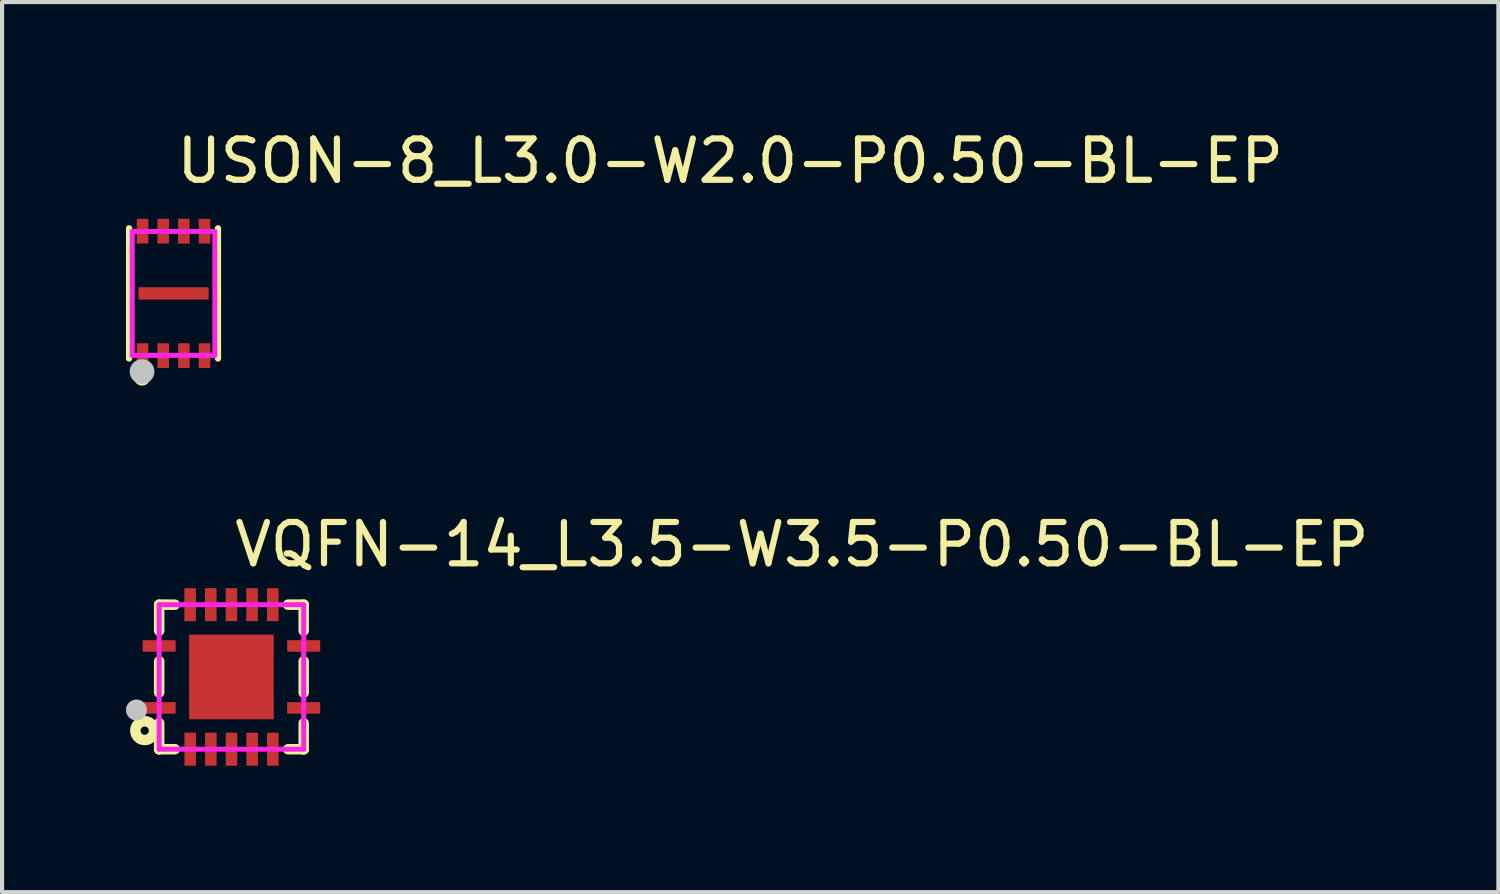
<source format=kicad_pcb>
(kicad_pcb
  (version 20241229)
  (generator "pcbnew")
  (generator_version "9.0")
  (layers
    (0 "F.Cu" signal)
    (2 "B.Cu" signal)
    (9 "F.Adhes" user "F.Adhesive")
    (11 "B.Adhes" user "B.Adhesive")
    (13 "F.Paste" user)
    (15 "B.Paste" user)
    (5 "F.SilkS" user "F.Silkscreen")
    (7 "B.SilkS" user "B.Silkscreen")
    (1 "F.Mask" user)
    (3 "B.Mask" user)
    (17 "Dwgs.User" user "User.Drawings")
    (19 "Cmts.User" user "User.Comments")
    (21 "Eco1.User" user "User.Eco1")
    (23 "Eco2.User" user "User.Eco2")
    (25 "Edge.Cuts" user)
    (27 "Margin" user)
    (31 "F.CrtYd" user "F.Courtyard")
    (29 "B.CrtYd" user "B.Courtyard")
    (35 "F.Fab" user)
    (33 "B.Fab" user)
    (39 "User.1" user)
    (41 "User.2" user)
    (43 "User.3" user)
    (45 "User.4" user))
  (footprint "USON-8_L3.0-W2.0-P0.50-BL-EP"
    (layer "F.Cu")
    (at 1.152 4.055)
    (property "Reference" "USON-8_L3.0-W2.0-P0.50-BL-EP" (at 0 -3.207 0) (layer "F.SilkS") (effects (font (size 1 1) (thickness 0.15)) (justify left)))
    (attr smd)
    (fp_line (start -1.076 -1.576) (end -1.076 1.576) (stroke (width 0.152) (type solid)) (layer "F.SilkS"))
    (fp_line (start 1.076 1.576) (end 1.076 -1.576) (stroke (width 0.152) (type solid)) (layer "F.SilkS"))
    (fp_circle (center -0.762 2.032) (end -0.662 2.032) (stroke (width 0.2) (type solid)) (fill no) (layer "F.SilkS"))
    (fp_circle (center -0.762 1.892) (end -0.612 1.892) (stroke (width 0.3) (type solid)) (fill no) (layer "Dwgs.User"))
    (fp_circle (center -1 1.5) (end -0.97 1.5) (stroke (width 0.06) (type solid)) (fill no) (layer "Eco2.User"))
    (fp_poly (pts (xy -0.875 1.232) (xy -0.625 1.232) (xy -0.625 1.5) (xy -0.875 1.5)) (stroke (width 0.12) (type solid)) (fill no) (layer "Eco2.User"))
    (fp_poly (pts (xy -0.8 -0.1) (xy 0.8 -0.1) (xy 0.8 0.1) (xy -0.8 0.1)) (stroke (width 0.12) (type solid)) (fill no) (layer "Eco2.User"))
    (fp_poly (pts (xy -0.625 -1.233) (xy -0.875 -1.233) (xy -0.875 -1.5) (xy -0.625 -1.5)) (stroke (width 0.12) (type solid)) (fill no) (layer "Eco2.User"))
    (fp_poly (pts (xy -0.375 1.232) (xy -0.125 1.232) (xy -0.125 1.5) (xy -0.375 1.5)) (stroke (width 0.12) (type solid)) (fill no) (layer "Eco2.User"))
    (fp_poly (pts (xy -0.125 -1.233) (xy -0.375 -1.233) (xy -0.375 -1.5) (xy -0.125 -1.5)) (stroke (width 0.12) (type solid)) (fill no) (layer "Eco2.User"))
    (fp_poly (pts (xy 0.125 1.232) (xy 0.375 1.232) (xy 0.375 1.5) (xy 0.125 1.5)) (stroke (width 0.12) (type solid)) (fill no) (layer "Eco2.User"))
    (fp_poly (pts (xy 0.375 -1.233) (xy 0.125 -1.233) (xy 0.125 -1.5) (xy 0.375 -1.5)) (stroke (width 0.12) (type solid)) (fill no) (layer "Eco2.User"))
    (fp_poly (pts (xy 0.625 1.232) (xy 0.875 1.232) (xy 0.875 1.5) (xy 0.625 1.5)) (stroke (width 0.12) (type solid)) (fill no) (layer "Eco2.User"))
    (fp_poly (pts (xy 0.875 -1.233) (xy 0.625 -1.233) (xy 0.625 -1.5) (xy 0.875 -1.5)) (stroke (width 0.12) (type solid)) (fill no) (layer "Eco2.User"))
    (fp_line (start -1 -1.5) (end -1 1.5) (stroke (width 0.12) (type solid)) (layer "F.CrtYd"))
    (fp_line (start -1 1.5) (end 1 1.5) (stroke (width 0.12) (type solid)) (layer "F.CrtYd"))
    (fp_line (start 1 -1.5) (end -1 -1.5) (stroke (width 0.12) (type solid)) (layer "F.CrtYd"))
    (fp_line (start 1 1.5) (end 1 -1.5) (stroke (width 0.12) (type solid)) (layer "F.CrtYd"))
    (pad "1" smd rect (at -0.75 1.507 270) (size 0.6 0.28) (layers "F.Cu" "F.Mask" "F.Paste"))
    (pad "2" smd rect (at -0.25 1.507 270) (size 0.6 0.28) (layers "F.Cu" "F.Mask" "F.Paste"))
    (pad "3" smd rect (at 0.25 1.507 270) (size 0.6 0.28) (layers "F.Cu" "F.Mask" "F.Paste"))
    (pad "4" smd rect (at 0.75 1.507 270) (size 0.6 0.28) (layers "F.Cu" "F.Mask" "F.Paste"))
    (pad "5" smd rect (at 0.75 -1.507 270) (size 0.6 0.28) (layers "F.Cu" "F.Mask" "F.Paste"))
    (pad "6" smd rect (at 0.25 -1.507 270) (size 0.6 0.28) (layers "F.Cu" "F.Mask" "F.Paste"))
    (pad "7" smd rect (at -0.25 -1.507 270) (size 0.6 0.28) (layers "F.Cu" "F.Mask" "F.Paste"))
    (pad "8" smd rect (at -0.75 -1.507 270) (size 0.6 0.28) (layers "F.Cu" "F.Mask" "F.Paste"))
    (pad "9" smd rect (at 0 0 90) (size 0.3 1.7) (layers "F.Cu" "F.Mask" "F.Paste")))
  (footprint "VQFN-14_L3.5-W3.5-P0.50-BL-EP"
    (layer "F.Cu")
    (at 2.554 13.342)
    (property "Reference" "VQFN-14_L3.5-W3.5-P0.50-BL-EP" (at 0 -3.207 0) (layer "F.SilkS") (effects (font (size 1 1) (thickness 0.15)) (justify left)))
    (attr through_hole)
    (fp_line (start -1.75 -1.75) (end -1.75 -1.121) (stroke (width 0.254) (type solid)) (layer "F.SilkS"))
    (fp_line (start -1.75 -0.379) (end -1.75 0.377) (stroke (width 0.254) (type solid)) (layer "F.SilkS"))
    (fp_line (start -1.75 1.119) (end -1.75 1.75) (stroke (width 0.254) (type solid)) (layer "F.SilkS"))
    (fp_line (start -1.75 1.75) (end -1.75 1.75) (stroke (width 0.254) (type solid)) (layer "F.SilkS"))
    (fp_line (start -1.75 1.75) (end -1.37 1.75) (stroke (width 0.254) (type solid)) (layer "F.SilkS"))
    (fp_line (start -1.371 -1.75) (end -1.75 -1.75) (stroke (width 0.254) (type solid)) (layer "F.SilkS"))
    (fp_line (start 1.373 1.75) (end 1.75 1.75) (stroke (width 0.254) (type solid)) (layer "F.SilkS"))
    (fp_line (start 1.75 -1.75) (end 1.371 -1.75) (stroke (width 0.254) (type solid)) (layer "F.SilkS"))
    (fp_line (start 1.75 -1.121) (end 1.75 -1.75) (stroke (width 0.254) (type solid)) (layer "F.SilkS"))
    (fp_line (start 1.75 0.379) (end 1.75 -0.379) (stroke (width 0.254) (type solid)) (layer "F.SilkS"))
    (fp_line (start 1.75 1.75) (end 1.75 1.121) (stroke (width 0.254) (type solid)) (layer "F.SilkS"))
    (fp_line (start 1.75 1.75) (end 1.75 1.75) (stroke (width 0.254) (type solid)) (layer "F.SilkS"))
    (fp_circle (center -2.1 1.3) (end -2 1.3) (stroke (width 0.254) (type solid)) (fill no) (layer "F.SilkS"))
    (fp_poly (pts (xy -2.15 -0.61) (xy -2.15 -0.89) (xy -1.35 -0.89) (xy -1.35 -0.61)) (stroke (width 0.12) (type solid)) (fill yes) (layer "F.Paste"))
    (fp_poly (pts (xy -1.35 0.61) (xy -1.35 0.89) (xy -2.15 0.89) (xy -2.15 0.61)) (stroke (width 0.12) (type solid)) (fill yes) (layer "F.Paste"))
    (fp_poly (pts (xy -1.14 -2.15) (xy -0.86 -2.15) (xy -0.86 -1.35) (xy -1.14 -1.35)) (stroke (width 0.12) (type solid)) (fill yes) (layer "F.Paste"))
    (fp_poly (pts (xy -0.858 2.15) (xy -1.138 2.15) (xy -1.138 1.35) (xy -0.858 1.35)) (stroke (width 0.12) (type solid)) (fill yes) (layer "F.Paste"))
    (fp_poly (pts (xy -0.64 -2.15) (xy -0.36 -2.15) (xy -0.36 -1.35) (xy -0.64 -1.35)) (stroke (width 0.12) (type solid)) (fill yes) (layer "F.Paste"))
    (fp_poly (pts (xy -0.358 2.15) (xy -0.638 2.15) (xy -0.638 1.35) (xy -0.358 1.35)) (stroke (width 0.12) (type solid)) (fill yes) (layer "F.Paste"))
    (fp_poly (pts (xy -0.14 -2.15) (xy 0.14 -2.15) (xy 0.14 -1.35) (xy -0.14 -1.35)) (stroke (width 0.12) (type solid)) (fill yes) (layer "F.Paste"))
    (fp_poly (pts (xy 0.142 2.15) (xy -0.138 2.15) (xy -0.138 1.35) (xy 0.142 1.35)) (stroke (width 0.12) (type solid)) (fill yes) (layer "F.Paste"))
    (fp_poly (pts (xy 0.36 -2.15) (xy 0.64 -2.15) (xy 0.64 -1.35) (xy 0.36 -1.35)) (stroke (width 0.12) (type solid)) (fill yes) (layer "F.Paste"))
    (fp_poly (pts (xy 0.642 2.15) (xy 0.362 2.15) (xy 0.362 1.35) (xy 0.642 1.35)) (stroke (width 0.12) (type solid)) (fill yes) (layer "F.Paste"))
    (fp_poly (pts (xy 0.82 0.82) (xy -0.82 0.82) (xy -0.82 -0.82) (xy 0.82 -0.82)) (stroke (width 0.12) (type solid)) (fill yes) (layer "F.Paste"))
    (fp_poly (pts (xy 0.86 -2.15) (xy 1.14 -2.15) (xy 1.14 -1.35) (xy 0.86 -1.35)) (stroke (width 0.12) (type solid)) (fill yes) (layer "F.Paste"))
    (fp_poly (pts (xy 1.142 2.15) (xy 0.862 2.15) (xy 0.862 1.35) (xy 1.142 1.35)) (stroke (width 0.12) (type solid)) (fill yes) (layer "F.Paste"))
    (fp_poly (pts (xy 2.15 -0.89) (xy 2.15 -0.61) (xy 1.35 -0.61) (xy 1.35 -0.89)) (stroke (width 0.12) (type solid)) (fill yes) (layer "F.Paste"))
    (fp_poly (pts (xy 2.15 0.61) (xy 2.15 0.89) (xy 1.35 0.89) (xy 1.35 0.61)) (stroke (width 0.12) (type solid)) (fill yes) (layer "F.Paste"))
    (fp_circle (center -2.3 0.8) (end -2.173 0.8) (stroke (width 0.254) (type solid)) (fill no) (layer "Dwgs.User"))
    (fp_circle (center -1.747 1.751) (end -1.717 1.751) (stroke (width 0.06) (type solid)) (fill no) (layer "Eco2.User"))
    (fp_poly (pts (xy -1.75 0.888) (xy -1.75 0.608) (xy -1.35 0.608) (xy -1.35 0.888)) (stroke (width 0.12) (type solid)) (fill no) (layer "Eco2.User"))
    (fp_poly (pts (xy -1.35 -0.89) (xy -1.35 -0.61) (xy -1.75 -0.61) (xy -1.75 -0.89)) (stroke (width 0.12) (type solid)) (fill no) (layer "Eco2.User"))
    (fp_poly (pts (xy -1.14 -1.75) (xy -0.86 -1.75) (xy -0.86 -1.35) (xy -1.14 -1.35)) (stroke (width 0.12) (type solid)) (fill no) (layer "Eco2.User"))
    (fp_poly (pts (xy -1.025 -1.025) (xy 1.025 -1.025) (xy 1.025 1.025) (xy -1.025 1.025)) (stroke (width 0.12) (type solid)) (fill no) (layer "Eco2.User"))
    (fp_poly (pts (xy -0.858 1.75) (xy -1.138 1.75) (xy -1.138 1.35) (xy -0.858 1.35)) (stroke (width 0.12) (type solid)) (fill no) (layer "Eco2.User"))
    (fp_poly (pts (xy -0.64 -1.75) (xy -0.36 -1.75) (xy -0.36 -1.35) (xy -0.64 -1.35)) (stroke (width 0.12) (type solid)) (fill no) (layer "Eco2.User"))
    (fp_poly (pts (xy -0.358 1.75) (xy -0.638 1.75) (xy -0.638 1.35) (xy -0.358 1.35)) (stroke (width 0.12) (type solid)) (fill no) (layer "Eco2.User"))
    (fp_poly (pts (xy -0.14 -1.75) (xy 0.14 -1.75) (xy 0.14 -1.35) (xy -0.14 -1.35)) (stroke (width 0.12) (type solid)) (fill no) (layer "Eco2.User"))
    (fp_poly (pts (xy 0.142 1.75) (xy -0.138 1.75) (xy -0.138 1.35) (xy 0.142 1.35)) (stroke (width 0.12) (type solid)) (fill no) (layer "Eco2.User"))
    (fp_poly (pts (xy 0.36 -1.75) (xy 0.64 -1.75) (xy 0.64 -1.35) (xy 0.36 -1.35)) (stroke (width 0.12) (type solid)) (fill no) (layer "Eco2.User"))
    (fp_poly (pts (xy 0.642 1.75) (xy 0.362 1.75) (xy 0.362 1.35) (xy 0.642 1.35)) (stroke (width 0.12) (type solid)) (fill no) (layer "Eco2.User"))
    (fp_poly (pts (xy 0.86 -1.75) (xy 1.14 -1.75) (xy 1.14 -1.35) (xy 0.86 -1.35)) (stroke (width 0.12) (type solid)) (fill no) (layer "Eco2.User"))
    (fp_poly (pts (xy 1.142 1.75) (xy 0.862 1.75) (xy 0.862 1.35) (xy 1.142 1.35)) (stroke (width 0.12) (type solid)) (fill no) (layer "Eco2.User"))
    (fp_poly (pts (xy 1.35 -0.61) (xy 1.35 -0.89) (xy 1.75 -0.89) (xy 1.75 -0.61)) (stroke (width 0.12) (type solid)) (fill no) (layer "Eco2.User"))
    (fp_poly (pts (xy 1.35 0.89) (xy 1.35 0.61) (xy 1.75 0.61) (xy 1.75 0.89)) (stroke (width 0.12) (type solid)) (fill no) (layer "Eco2.User"))
    (fp_line (start -1.75 -1.75) (end 1.75 -1.75) (stroke (width 0.12) (type solid)) (layer "F.CrtYd"))
    (fp_line (start -1.75 1.75) (end -1.75 -1.75) (stroke (width 0.12) (type solid)) (layer "F.CrtYd"))
    (fp_line (start 1.75 -1.75) (end 1.75 1.75) (stroke (width 0.12) (type solid)) (layer "F.CrtYd"))
    (fp_line (start 1.75 1.75) (end -1.75 1.75) (stroke (width 0.12) (type solid)) (layer "F.CrtYd"))
    (pad "1" smd rect (at -1.75 0.75 270) (size 0.28 0.8) (layers "F.Cu" "F.Mask" "F.Paste"))
    (pad "2" smd rect (at -0.998 1.75 180) (size 0.28 0.8) (layers "F.Cu" "F.Mask" "F.Paste"))
    (pad "3" smd rect (at -0.498 1.75 180) (size 0.28 0.8) (layers "F.Cu" "F.Mask" "F.Paste"))
    (pad "4" smd rect (at 0.002 1.75 180) (size 0.28 0.8) (layers "F.Cu" "F.Mask" "F.Paste"))
    (pad "5" smd rect (at 0.502 1.75 180) (size 0.28 0.8) (layers "F.Cu" "F.Mask" "F.Paste"))
    (pad "6" smd rect (at 1.002 1.75 180) (size 0.28 0.8) (layers "F.Cu" "F.Mask" "F.Paste"))
    (pad "7" smd rect (at 1.75 0.75 270) (size 0.28 0.8) (layers "F.Cu" "F.Mask" "F.Paste"))
    (pad "8" smd rect (at 1.75 -0.75 270) (size 0.28 0.8) (layers "F.Cu" "F.Mask" "F.Paste"))
    (pad "9" smd rect (at 1 -1.75) (size 0.28 0.8) (layers "F.Cu" "F.Mask" "F.Paste"))
    (pad "10" smd rect (at 0.5 -1.75) (size 0.28 0.8) (layers "F.Cu" "F.Mask" "F.Paste"))
    (pad "11" smd rect (at 0 -1.75) (size 0.28 0.8) (layers "F.Cu" "F.Mask" "F.Paste"))
    (pad "12" smd rect (at -0.5 -1.75) (size 0.28 0.8) (layers "F.Cu" "F.Mask" "F.Paste"))
    (pad "13" smd rect (at -1 -1.75) (size 0.28 0.8) (layers "F.Cu" "F.Mask" "F.Paste"))
    (pad "14" smd rect (at -1.75 -0.75 90) (size 0.28 0.8) (layers "F.Cu" "F.Mask" "F.Paste"))
    (pad "15" smd rect (at 0 0 180) (size 2.05 2.05) (layers "F.Cu" "F.Mask" "F.Paste")))
  (gr_rect
    (start -3 -3)
    (end 33.233 18.552)
    (stroke (width 0.1) (type default))
    (fill no)
    (layer "Edge.Cuts")))
</source>
